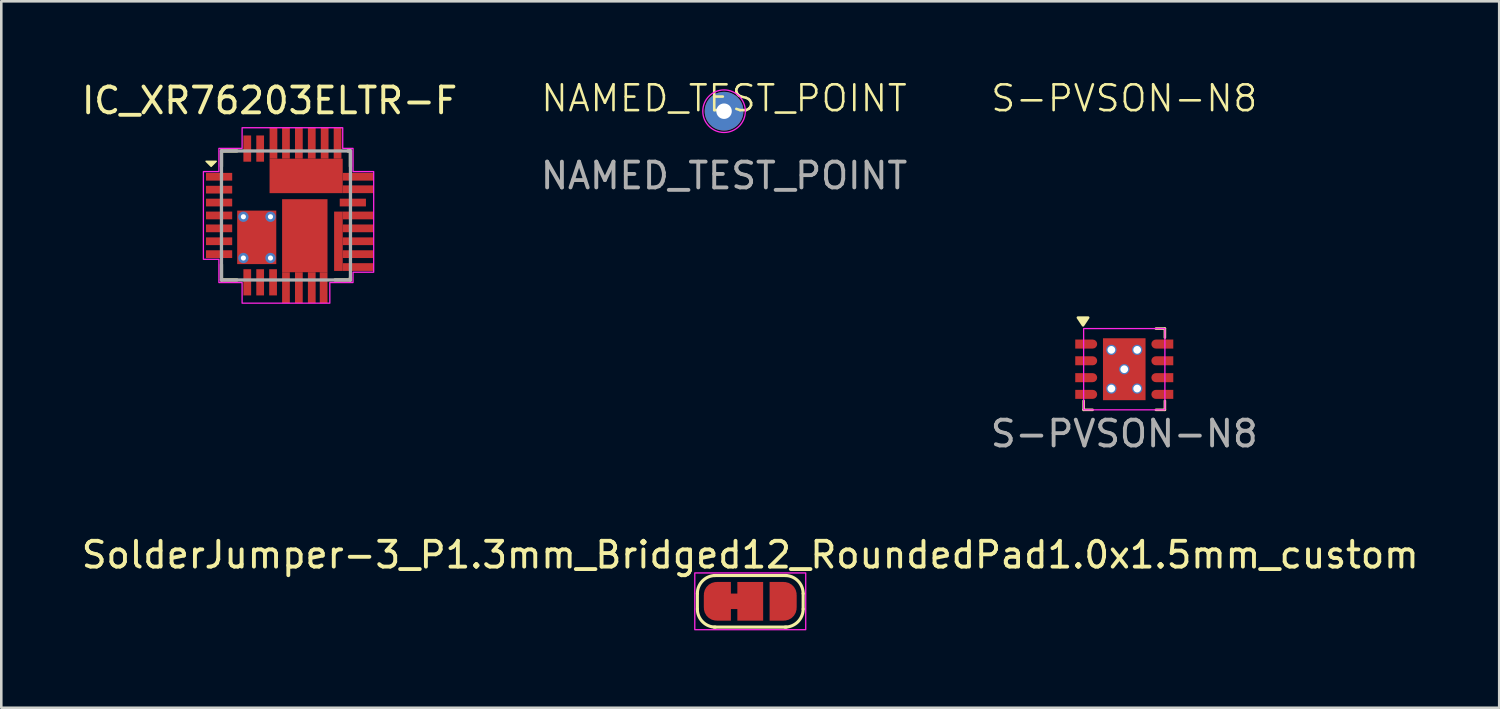
<source format=kicad_pcb>
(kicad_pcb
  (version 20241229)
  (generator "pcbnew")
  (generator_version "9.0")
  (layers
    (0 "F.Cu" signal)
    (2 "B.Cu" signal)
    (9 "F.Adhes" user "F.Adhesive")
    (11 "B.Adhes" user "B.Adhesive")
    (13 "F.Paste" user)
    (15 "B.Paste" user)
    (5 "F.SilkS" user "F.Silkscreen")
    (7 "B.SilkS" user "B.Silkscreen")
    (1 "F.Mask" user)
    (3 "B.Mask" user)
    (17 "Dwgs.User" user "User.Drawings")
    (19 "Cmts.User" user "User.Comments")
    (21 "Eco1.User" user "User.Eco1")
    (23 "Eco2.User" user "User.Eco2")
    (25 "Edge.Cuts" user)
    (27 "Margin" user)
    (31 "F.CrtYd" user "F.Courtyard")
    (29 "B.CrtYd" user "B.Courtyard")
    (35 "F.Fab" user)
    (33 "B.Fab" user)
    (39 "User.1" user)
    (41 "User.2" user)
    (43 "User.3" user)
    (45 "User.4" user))
  (footprint "SolderJumper-3_P1.3mm_Bridged12_RoundedPad1.0x1.5mm_custom"
    (layer "F.Cu")
    (at 26.03 20.257)
    (property "Reference" "SolderJumper-3_P1.3mm_Bridged12_RoundedPad1.0x1.5mm_custom" (at 0 -1.8 0) (layer "F.SilkS") (effects (font (size 1 1) (thickness 0.15))))
    (attr exclude_from_pos_files exclude_from_bom allow_soldermask_bridges)
    (fp_poly (pts (xy -0.9 -0.3) (xy -0.4 -0.3) (xy -0.4 0.3) (xy -0.9 0.3)) (stroke (width 0) (type solid)) (fill yes) (layer "F.Cu"))
    (fp_rect (start -0.75 -0.75) (end 0.75 0.75) (stroke (width 0) (type default)) (fill yes) (layer "F.Mask"))
    (fp_line (start -2.05 0.3) (end -2.05 -0.3) (stroke (width 0.12) (type solid)) (layer "F.SilkS"))
    (fp_line (start -1.4 -1) (end 1.4 -1) (stroke (width 0.12) (type solid)) (layer "F.SilkS"))
    (fp_line (start 1.4 1) (end -1.4 1) (stroke (width 0.12) (type solid)) (layer "F.SilkS"))
    (fp_line (start 2.05 -0.3) (end 2.05 0.3) (stroke (width 0.12) (type solid)) (layer "F.SilkS"))
    (fp_arc (start -2.05 -0.3) (mid -1.844975 -0.794975) (end -1.35 -1) (stroke (width 0.12) (type solid)) (layer "F.SilkS"))
    (fp_arc (start -1.35 1) (mid -1.844975 0.794975) (end -2.05 0.3) (stroke (width 0.12) (type solid)) (layer "F.SilkS"))
    (fp_arc (start 1.35 -1) (mid 1.844975 -0.794975) (end 2.05 -0.3) (stroke (width 0.12) (type solid)) (layer "F.SilkS"))
    (fp_arc (start 2.05 0.3) (mid 1.844975 0.794975) (end 1.35 1) (stroke (width 0.12) (type solid)) (layer "F.SilkS"))
    (fp_rect (start -2.15 -1.1) (end 2.15 1.1) (stroke (width 0.05) (type default)) (fill no) (layer "F.CrtYd"))
    (pad "1" smd custom (at -1.3 0) (size 1 0.5) (layers "F.Cu" "F.Mask") (options (anchor rect)) (primitives (gr_circle (center 0 0.25) (end 0.5 0.25) (width 0) (fill yes)) (gr_circle (center 0 -0.25) (end 0.5 -0.25) (width 0) (fill yes)) (gr_poly (pts (xy 0.55 0.75) (xy 0 0.75) (xy 0 -0.75) (xy 0.55 -0.75)) (width 0) (fill yes))))
    (pad "2" smd rect (at 0 0) (size 1 1.5) (layers "F.Cu" "F.Mask"))
    (pad "3" smd custom (at 1.3 0) (size 1 0.5) (layers "F.Cu" "F.Mask") (options (anchor rect)) (primitives (gr_circle (center 0 0.25) (end 0.5 0.25) (width 0) (fill yes)) (gr_circle (center 0 -0.25) (end 0.5 -0.25) (width 0) (fill yes)) (gr_poly (pts (xy 0 0.75) (xy -0.55 0.75) (xy -0.55 -0.75) (xy 0 -0.75)) (width 0) (fill yes)))))
  (footprint "NAMED_TEST_POINT"
    (layer "F.Cu")
    (at 25.015 1.26)
    (property "Reference" "NAMED_TEST_POINT" (at 0 -0.5 0) (unlocked yes) (layer "F.SilkS") (effects (font (size 1 1) (thickness 0.1))))
    (property "Field4" "${SHORT_NET_NAME(1)}" (at 1 0 0) (layer "F.SilkS") (effects (font (size 1 1) (thickness 0.15)) (justify left)))
    (property "Field5" "${SHORT_NET_NAME(1)}" (at 1 0 0) (layer "B.SilkS") (effects (font (size 1 1) (thickness 0.15)) (justify right mirror)))
    (attr smd exclude_from_pos_files exclude_from_bom)
    (fp_circle (center 0 0) (end 0.8 0.2) (stroke (width 0.05) (type default)) (fill no) (layer "F.CrtYd"))
    (fp_text user "${REFERENCE}" (at 0 2.5 0) (unlocked yes) (layer "F.Fab") (effects (font (size 1 1) (thickness 0.15))))
    (pad "1" thru_hole circle (at 0 0) (size 1.5 1.5) (drill 0.6) (layers "*.Cu" "*.Mask")))
  (footprint "S-PVSON-N8"
    (layer "F.Cu")
    (at 40.527 11.261)
    (property "Reference" "S-PVSON-N8" (at 0 -10.5 0) (unlocked yes) (layer "F.SilkS") (effects (font (size 1 1) (thickness 0.1))))
    (attr smd)
    (fp_line (start -1.575 1.575) (end -1.575 1.225) (stroke (width 0.1) (type default)) (layer "F.SilkS"))
    (fp_line (start -1.575 1.575) (end -1.225 1.575) (stroke (width 0.1) (type default)) (layer "F.SilkS"))
    (fp_line (start 1.575 -1.575) (end 1.225 -1.575) (stroke (width 0.1) (type default)) (layer "F.SilkS"))
    (fp_line (start 1.575 -1.225) (end 1.575 -1.575) (stroke (width 0.1) (type default)) (layer "F.SilkS"))
    (fp_line (start 1.575 1.575) (end 1.225 1.575) (stroke (width 0.1) (type default)) (layer "F.SilkS"))
    (fp_line (start 1.575 1.575) (end 1.575 1.225) (stroke (width 0.1) (type default)) (layer "F.SilkS"))
    (fp_poly (pts (xy -1.598 -1.7) (xy -1.398 -2) (xy -1.798 -2)) (stroke (width 0.1) (type solid)) (fill yes) (layer "F.SilkS"))
    (fp_rect (start -0.125 -0.125) (end -0.775 -1.125) (stroke (width 0) (type solid)) (fill yes) (layer "F.Paste"))
    (fp_rect (start -0.125 0.125) (end -0.775 1.125) (stroke (width 0) (type solid)) (fill yes) (layer "F.Paste"))
    (fp_rect (start 0.125 -0.125) (end 0.775 -1.125) (stroke (width 0) (type solid)) (fill yes) (layer "F.Paste"))
    (fp_rect (start 0.125 0.125) (end 0.775 1.125) (stroke (width 0) (type solid)) (fill yes) (layer "F.Paste"))
    (fp_rect (start -1.575 -1.575) (end 1.575 1.575) (stroke (width 0.05) (type solid)) (fill no) (layer "F.CrtYd"))
    (fp_text user "${REFERENCE}" (at 0 2.5 0) (unlocked yes) (layer "F.Fab") (effects (font (size 1 1) (thickness 0.15))))
    (pad "1" smd roundrect (at -1.475 -0.975) (size 0.85 0.35) (layers "F.Cu" "F.Mask" "F.Paste") (roundrect_rratio 0.5) (chamfer_ratio 0) (chamfer top_left bottom_left))
    (pad "2" smd roundrect (at -1.475 -0.327) (size 0.85 0.35) (layers "F.Cu" "F.Mask" "F.Paste") (roundrect_rratio 0.5) (chamfer_ratio 0) (chamfer top_left bottom_left))
    (pad "3" smd roundrect (at -1.475 0.327) (size 0.85 0.35) (layers "F.Cu" "F.Mask" "F.Paste") (roundrect_rratio 0.5) (chamfer_ratio 0) (chamfer top_left bottom_left))
    (pad "4" smd roundrect (at -1.475 0.975) (size 0.85 0.35) (layers "F.Cu" "F.Mask" "F.Paste") (roundrect_rratio 0.5) (chamfer_ratio 0) (chamfer top_left bottom_left))
    (pad "5" smd roundrect (at 1.475 0.975) (size 0.85 0.35) (layers "F.Cu" "F.Mask" "F.Paste") (roundrect_rratio 0.5) (chamfer_ratio 0) (chamfer top_right bottom_right))
    (pad "6" smd roundrect (at 1.475 0.327) (size 0.85 0.35) (layers "F.Cu" "F.Mask" "F.Paste") (roundrect_rratio 0.5) (chamfer_ratio 0) (chamfer top_right bottom_right))
    (pad "7" smd roundrect (at 1.475 -0.327) (size 0.85 0.35) (layers "F.Cu" "F.Mask" "F.Paste") (roundrect_rratio 0.5) (chamfer_ratio 0) (chamfer top_right bottom_right))
    (pad "8" smd roundrect (at 1.475 -0.975) (size 0.85 0.35) (layers "F.Cu" "F.Mask" "F.Paste") (roundrect_rratio 0.5) (chamfer_ratio 0) (chamfer top_right bottom_right))
    (pad "9" thru_hole circle (at -0.5 -0.75) (size 0.4 0.4) (drill 0.3) (layers "*.Cu"))
    (pad "9" thru_hole circle (at -0.5 0.75) (size 0.4 0.4) (drill 0.3) (layers "*.Cu"))
    (pad "9" thru_hole circle (at 0 0) (size 0.4 0.4) (drill 0.3) (layers "*.Cu"))
    (pad "9" smd rect (at 0 0) (size 1.65 2.4) (layers "F.Cu" "F.Mask"))
    (pad "9" thru_hole circle (at 0.5 -0.75) (size 0.4 0.4) (drill 0.3) (layers "*.Cu"))
    (pad "9" thru_hole circle (at 0.5 0.75) (size 0.4 0.4) (drill 0.3) (layers "*.Cu")))
  (footprint "IC_XR76203ELTR-F"
    (layer "F.Cu")
    (at 8.034 5.301)
    (property "Reference" "IC_XR76203ELTR-F" (at -0.636 -4.452 0) (layer "F.SilkS") (effects (font (size 1.001 1.001) (thickness 0.15))))
    (attr smd)
    (fp_line (start -2.5 -2.5) (end -2.5 -1.9) (stroke (width 0.127) (type solid)) (layer "F.SilkS"))
    (fp_line (start -2.5 1.9) (end -2.5 2.5) (stroke (width 0.127) (type solid)) (layer "F.SilkS"))
    (fp_line (start -2.5 2.5) (end -1.9 2.5) (stroke (width 0.127) (type solid)) (layer "F.SilkS"))
    (fp_line (start -1.9 -2.5) (end -2.5 -2.5) (stroke (width 0.127) (type solid)) (layer "F.SilkS"))
    (fp_line (start 1.9 2.5) (end 2.5 2.5) (stroke (width 0.127) (type solid)) (layer "F.SilkS"))
    (fp_line (start 2.4 -2.5) (end 2.5 -2.5) (stroke (width 0.127) (type solid)) (layer "F.SilkS"))
    (fp_line (start 2.5 -2.5) (end 2.5 -1.9) (stroke (width 0.127) (type solid)) (layer "F.SilkS"))
    (fp_line (start 2.5 2.5) (end 2.5 2.4) (stroke (width 0.127) (type solid)) (layer "F.SilkS"))
    (fp_poly (pts (xy -2.9 -1.9) (xy -2.7 -2.1) (xy -3.1 -2.1)) (stroke (width 0.05) (type solid)) (fill yes) (layer "F.SilkS"))
    (fp_poly (pts (xy 0.575 -0.892) (xy -0.611 -0.892) (xy -0.611 -1.975) (xy 0.575 -1.975)) (stroke (width 0.01) (type solid)) (fill yes) (layer "F.Paste"))
    (fp_poly (pts (xy 1.59 0.479) (xy -0.13 0.479) (xy -0.13 -0.608) (xy 1.59 -0.608)) (stroke (width 0.01) (type solid)) (fill yes) (layer "F.Paste"))
    (fp_poly (pts (xy 1.59 2) (xy -0.13 2) (xy -0.13 0.914) (xy 1.59 0.914)) (stroke (width 0.01) (type solid)) (fill yes) (layer "F.Paste"))
    (fp_poly (pts (xy 2.1 -0.892) (xy 0.914 -0.892) (xy 0.914 -1.975) (xy 2.1 -1.975)) (stroke (width 0.01) (type solid)) (fill yes) (layer "F.Paste"))
    (fp_poly (pts (xy -1.45 -0.15) (xy -1.45 0.25) (xy -1.85 0.25) (xy -1.85 0.75) (xy -0.4 0.75) (xy -0.4 0.25) (xy -0.8 0.25) (xy -0.8 -0.15)) (stroke (width 0) (type solid)) (fill yes) (layer "F.Paste"))
    (fp_poly (pts (xy -0.8 1.85) (xy -0.8 1.45) (xy -0.4 1.45) (xy -0.4 0.95) (xy -1.85 0.95) (xy -1.85 1.45) (xy -1.45 1.45) (xy -1.45 1.85)) (stroke (width 0) (type solid)) (fill yes) (layer "F.Paste"))
    (fp_poly (pts (xy 2.2 -3.4) (xy 2.2 -2.6) (xy 2.6 -2.6) (xy 2.6 -1.7) (xy 3.4 -1.7) (xy 3.4 2.2) (xy 2.6 2.2) (xy 2.6 2.6) (xy 1.7 2.6) (xy 1.7 3.4) (xy -1.7 3.4) (xy -1.7 2.6) (xy -2.6 2.6) (xy -2.6 1.7) (xy -3.2 1.7) (xy -3.2 -1.7) (xy -2.6 -1.7) (xy -2.6 -2.6) (xy -1.7 -2.6) (xy -1.7 -3.4)) (stroke (width 0.05) (type solid)) (fill no) (layer "F.CrtYd"))
    (fp_line (start -2.5 -2.5) (end 2.5 -2.5) (stroke (width 0.127) (type solid)) (layer "F.Fab"))
    (fp_line (start -2.5 2.5) (end -2.5 -2.5) (stroke (width 0.127) (type solid)) (layer "F.Fab"))
    (fp_line (start 2.5 -2.5) (end 2.5 2.5) (stroke (width 0.127) (type solid)) (layer "F.Fab"))
    (fp_line (start 2.5 2.5) (end -2.5 2.5) (stroke (width 0.127) (type solid)) (layer "F.Fab"))
    (pad "1" smd rect (at -2.592 -1.5) (size 1.016 0.3) (layers "F.Cu" "F.Mask" "F.Paste"))
    (pad "2" smd rect (at -2.592 -1) (size 1.016 0.3) (layers "F.Cu" "F.Mask" "F.Paste"))
    (pad "3" smd rect (at -2.592 -0.5) (size 1.016 0.3) (layers "F.Cu" "F.Mask" "F.Paste"))
    (pad "4" smd rect (at -2.592 0) (size 1.016 0.3) (layers "F.Cu" "F.Mask" "F.Paste"))
    (pad "5" smd rect (at -2.592 0.5) (size 1.016 0.3) (layers "F.Cu" "F.Mask" "F.Paste"))
    (pad "6" smd rect (at -2.592 1) (size 1.016 0.3) (layers "F.Cu" "F.Mask" "F.Paste"))
    (pad "7" smd rect (at -2.592 1.5) (size 1.016 0.3) (layers "F.Cu" "F.Mask" "F.Paste"))
    (pad "7" thru_hole circle (at -1.65 0.05) (size 0.4 0.4) (drill 0.2) (layers "*.Cu" "*.Mask"))
    (pad "7" thru_hole circle (at -1.65 1.65) (size 0.4 0.4) (drill 0.2) (layers "*.Cu" "*.Mask"))
    (pad "7" smd rect (at -1.133 0.849) (size 1.515 2.073) (layers "F.Cu" "F.Mask"))
    (pad "7" thru_hole circle (at -0.6 0.05) (size 0.4 0.4) (drill 0.2) (layers "*.Cu" "*.Mask"))
    (pad "7" thru_hole circle (at -0.6 1.65) (size 0.4 0.4) (drill 0.2) (layers "*.Cu" "*.Mask"))
    (pad "8" smd rect (at -1.5 2.592) (size 0.3 1.016) (layers "F.Cu" "F.Mask" "F.Paste"))
    (pad "9" smd rect (at -1 2.592) (size 0.3 1.016) (layers "F.Cu" "F.Mask" "F.Paste"))
    (pad "10" smd rect (at -0.5 2.592) (size 0.3 1.016) (layers "F.Cu" "F.Mask" "F.Paste"))
    (pad "11" smd rect (at 0 2.8) (size 0.3 1.2) (layers "F.Cu" "F.Mask" "F.Paste"))
    (pad "12" smd rect (at 0.5 2.8) (size 0.3 1.2) (layers "F.Cu" "F.Mask" "F.Paste"))
    (pad "13" smd rect (at 1 2.8) (size 0.3 1.2) (layers "F.Cu" "F.Mask" "F.Paste"))
    (pad "14" smd rect (at 0.73 0.785) (size 1.76 2.83) (layers "F.Cu" "F.Mask"))
    (pad "14" smd rect (at 1.46 2.8) (size 0.3 1.2) (layers "F.Cu" "F.Mask" "F.Paste"))
    (pad "15" smd rect (at 2.8 2) (size 1.2 0.3) (layers "F.Cu" "F.Mask" "F.Paste"))
    (pad "16" smd rect (at 2.8 1.5) (size 1.2 0.3) (layers "F.Cu" "F.Mask" "F.Paste"))
    (pad "17" smd rect (at 2.8 1) (size 1.2 0.3) (layers "F.Cu" "F.Mask" "F.Paste"))
    (pad "18" smd rect (at 2.8 0.5) (size 1.2 0.3) (layers "F.Cu" "F.Mask" "F.Paste"))
    (pad "19" smd rect (at 2.033 1) (size 0.334 2.3) (layers "F.Cu" "F.Mask" "F.Paste"))
    (pad "19" smd rect (at 2.8 0) (size 1.2 0.3) (layers "F.Cu" "F.Mask" "F.Paste"))
    (pad "20" smd rect (at 2.592 -0.5) (size 1.016 0.3) (layers "F.Cu" "F.Mask" "F.Paste"))
    (pad "21" smd rect (at 2.8 -1.015) (size 1.2 0.3) (layers "F.Cu" "F.Mask" "F.Paste"))
    (pad "22" smd rect (at 2.8 -1.5) (size 1.2 0.3) (layers "F.Cu" "F.Mask" "F.Paste"))
    (pad "23" smd rect (at 2 -2.8) (size 0.3 1.2) (layers "F.Cu" "F.Mask" "F.Paste"))
    (pad "24" smd rect (at 1.5 -2.8) (size 0.3 1.2) (layers "F.Cu" "F.Mask" "F.Paste"))
    (pad "25" smd rect (at 1 -2.8) (size 0.3 1.2) (layers "F.Cu" "F.Mask" "F.Paste"))
    (pad "26" smd rect (at 0.5 -2.8) (size 0.3 1.2) (layers "F.Cu" "F.Mask" "F.Paste"))
    (pad "27" smd rect (at 0 -2.8) (size 0.3 1.2) (layers "F.Cu" "F.Mask" "F.Paste"))
    (pad "28" smd rect (at -0.485 -2.8) (size 0.3 1.2) (layers "F.Cu" "F.Mask" "F.Paste"))
    (pad "28" smd rect (at 0.782 -1.532) (size 2.835 1.335) (layers "F.Cu" "F.Mask"))
    (pad "29" smd rect (at -1 -2.592) (size 0.3 1.016) (layers "F.Cu" "F.Mask" "F.Paste"))
    (pad "30" smd rect (at -1.5 -2.592) (size 0.3 1.016) (layers "F.Cu" "F.Mask" "F.Paste")))
  (gr_rect
    (start -3 -3)
    (end 55.06 24.382)
    (stroke (width 0.1) (type default))
    (fill no)
    (layer "Edge.Cuts")))
</source>
